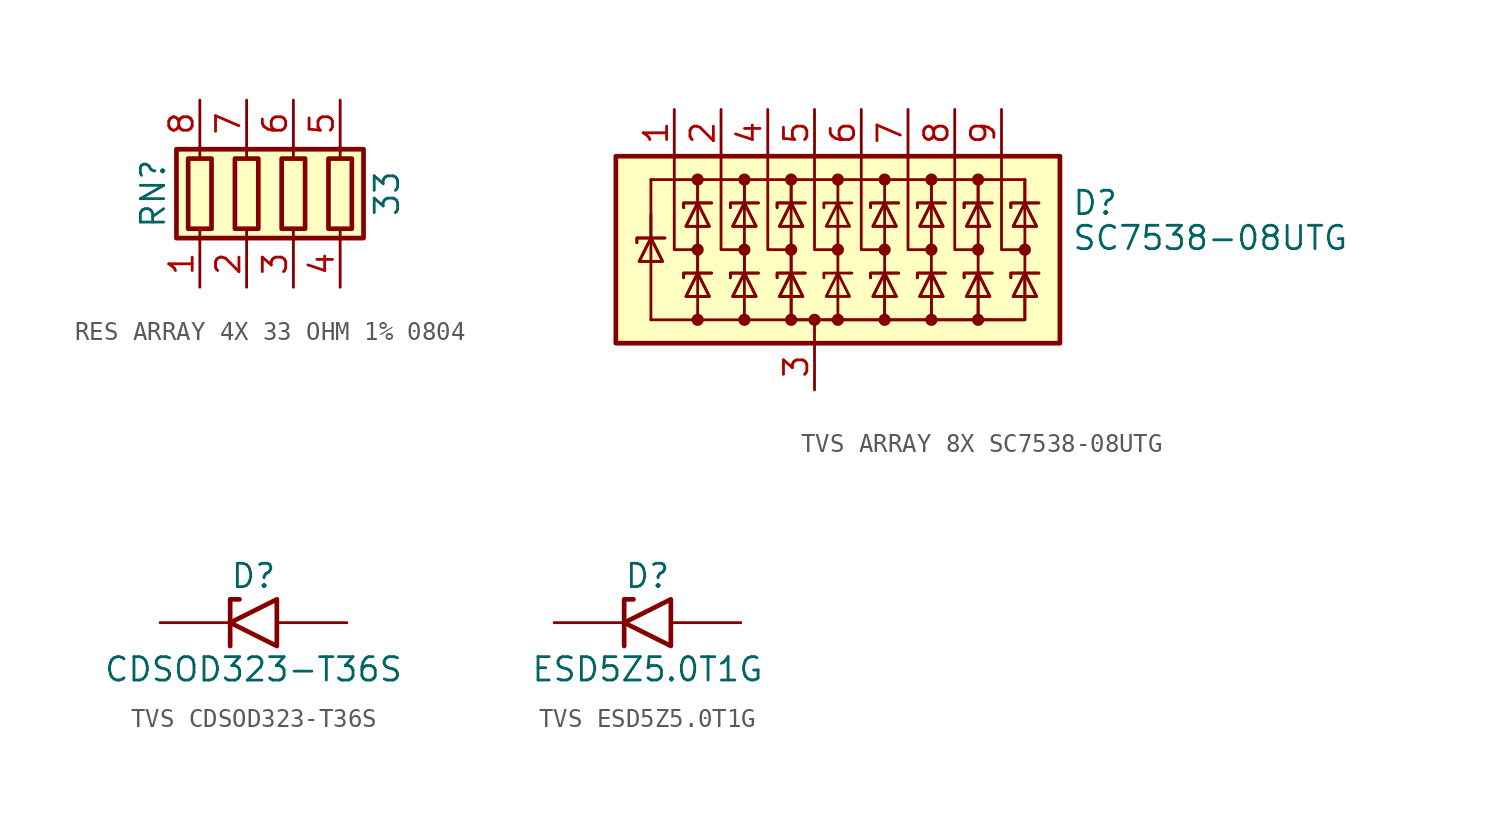
<source format=kicad_sym>
(kicad_symbol_lib
  (version 20241209)
  (generator "kicad_symbol_editor")
  (generator_version "9.0")
  (symbol "RES ARRAY 4X 33 OHM 1% 0804"
    (pin_names
      (offset 0)
      (hide yes))
    (property "Reference" "RN"
      (at -7.62 0 90)
      (effects (font (size 1.27 1.27))))
    (property "Value" "33"
      (at 5.08 0 90)
      (effects (font (size 1.27 1.27))))
    (symbol "RES ARRAY 4X 33 OHM 1% 0804_0_1"
      (rectangle (start -6.35 -2.413) (end 3.81 2.413) (stroke (width 0.254) (type default)) (fill (type background)))
      (rectangle (start -5.715 1.905) (end -4.445 -1.905) (stroke (width 0.254) (type default)) (fill (type none)))
      (polyline (pts (xy -5.08 1.905) (xy -5.08 2.54)) (stroke (width 0) (type default)) (fill (type none)))
      (polyline (pts (xy -5.08 -2.54) (xy -5.08 -1.905)) (stroke (width 0) (type default)) (fill (type none)))
      (rectangle (start -3.175 1.905) (end -1.905 -1.905) (stroke (width 0.254) (type default)) (fill (type none)))
      (polyline (pts (xy -2.54 1.905) (xy -2.54 2.54)) (stroke (width 0) (type default)) (fill (type none)))
      (polyline (pts (xy -2.54 -2.54) (xy -2.54 -1.905)) (stroke (width 0) (type default)) (fill (type none)))
      (rectangle (start -0.635 1.905) (end 0.635 -1.905) (stroke (width 0.254) (type default)) (fill (type none)))
      (polyline (pts (xy 0 1.905) (xy 0 2.54)) (stroke (width 0) (type default)) (fill (type none)))
      (polyline (pts (xy 0 -2.54) (xy 0 -1.905)) (stroke (width 0) (type default)) (fill (type none)))
      (rectangle (start 1.905 1.905) (end 3.175 -1.905) (stroke (width 0.254) (type default)) (fill (type none)))
      (polyline (pts (xy 2.54 1.905) (xy 2.54 2.54)) (stroke (width 0) (type default)) (fill (type none)))
      (polyline (pts (xy 2.54 -2.54) (xy 2.54 -1.905)) (stroke (width 0) (type default)) (fill (type none))))
    (symbol "RES ARRAY 4X 33 OHM 1% 0804_1_1"
      (pin passive line (at -5.08 5.08 270) (length 2.54) (name "R1.2" (effects (font (size 1.27 1.27)))) (number "8" (effects (font (size 1.27 1.27)))))
      (pin passive line (at -5.08 -5.08 90) (length 2.54) (name "R1.1" (effects (font (size 1.27 1.27)))) (number "1" (effects (font (size 1.27 1.27)))))
      (pin passive line (at -2.54 5.08 270) (length 2.54) (name "R2.2" (effects (font (size 1.27 1.27)))) (number "7" (effects (font (size 1.27 1.27)))))
      (pin passive line (at -2.54 -5.08 90) (length 2.54) (name "R2.1" (effects (font (size 1.27 1.27)))) (number "2" (effects (font (size 1.27 1.27)))))
      (pin passive line (at 0 5.08 270) (length 2.54) (name "R3.2" (effects (font (size 1.27 1.27)))) (number "6" (effects (font (size 1.27 1.27)))))
      (pin passive line (at 0 -5.08 90) (length 2.54) (name "R3.1" (effects (font (size 1.27 1.27)))) (number "3" (effects (font (size 1.27 1.27)))))
      (pin passive line (at 2.54 5.08 270) (length 2.54) (name "R4.2" (effects (font (size 1.27 1.27)))) (number "5" (effects (font (size 1.27 1.27)))))
      (pin passive line (at 2.54 -5.08 90) (length 2.54) (name "R4.1" (effects (font (size 1.27 1.27)))) (number "4" (effects (font (size 1.27 1.27)))))))
  (symbol "TVS ARRAY 8X SC7538-08UTG"
    (pin_names
      (hide yes))
    (property "Reference" "D"
      (at 13.97 2.54 0)
      (effects (font (size 1.27 1.27)) (justify left)))
    (property "Value" "SC7538-08UTG"
      (at 13.97 0.635 0)
      (effects (font (size 1.27 1.27)) (justify left)))
    (symbol "TVS ARRAY 8X SC7538-08UTG_0_0"
      (pin passive line (at 0 -7.62 90) (length 2.54) (name "A" (effects (font (size 1.27 1.27)))) (number "3" (effects (font (size 1.27 1.27))))))
    (symbol "TVS ARRAY 8X SC7538-08UTG_0_1"
      (rectangle (start -10.795 5.08) (end 13.335 -5.08) (stroke (width 0.254) (type default)) (fill (type background)))
      (polyline (pts (xy -9.652 0.381) (xy -9.652 0.635) (xy -8.255 0.635) (xy -8.128 0.635)) (stroke (width 0) (type default)) (fill (type none)))
      (polyline (pts (xy -9.652 0.381) (xy -9.652 0.635) (xy -8.255 0.635) (xy -8.128 0.635)) (stroke (width 0) (type default)) (fill (type none)))
      (polyline (pts (xy -8.89 3.81) (xy -8.89 0.635)) (stroke (width 0) (type default)) (fill (type none)))
      (polyline (pts (xy -8.89 1.905) (xy -8.89 0.635)) (stroke (width 0) (type default)) (fill (type none)))
      (polyline (pts (xy -8.89 0.635) (xy -8.89 -3.81)) (stroke (width 0) (type default)) (fill (type none)))
      (polyline (pts (xy -8.89 0.635) (xy -8.255 -0.635) (xy -9.525 -0.635) (xy -8.89 0.635)) (stroke (width 0) (type default)) (fill (type none)))
      (polyline (pts (xy -8.89 0.635) (xy -8.255 -0.635) (xy -9.525 -0.635) (xy -8.89 0.635)) (stroke (width 0) (type default)) (fill (type none)))
      (polyline (pts (xy -7.62 5.08) (xy -7.62 0) (xy -6.35 0)) (stroke (width 0) (type default)) (fill (type none)))
      (polyline (pts (xy -7.112 2.286) (xy -7.112 2.54) (xy -5.715 2.54) (xy -5.588 2.54)) (stroke (width 0) (type default)) (fill (type none)))
      (polyline (pts (xy -7.112 2.286) (xy -7.112 2.54) (xy -5.715 2.54) (xy -5.588 2.54)) (stroke (width 0) (type default)) (fill (type none)))
      (polyline (pts (xy -7.112 -1.524) (xy -7.112 -1.27) (xy -5.715 -1.27) (xy -5.588 -1.27)) (stroke (width 0) (type default)) (fill (type none)))
      (polyline (pts (xy -7.112 -1.524) (xy -7.112 -1.27) (xy -5.715 -1.27) (xy -5.588 -1.27)) (stroke (width 0) (type default)) (fill (type none)))
      (circle (center -6.35 3.81) (radius 0.254) (stroke (width 0) (type default)) (fill (type outline)))
      (polyline (pts (xy -6.35 3.81) (xy -6.35 2.54)) (stroke (width 0) (type default)) (fill (type none)))
      (polyline (pts (xy -6.35 3.81) (xy -6.35 2.54)) (stroke (width 0) (type default)) (fill (type none)))
      (polyline (pts (xy -6.35 2.54) (xy -6.35 -1.27)) (stroke (width 0) (type default)) (fill (type none)))
      (polyline (pts (xy -6.35 2.54) (xy -5.715 1.27) (xy -6.985 1.27) (xy -6.35 2.54)) (stroke (width 0) (type default)) (fill (type none)))
      (polyline (pts (xy -6.35 2.54) (xy -5.715 1.27) (xy -6.985 1.27) (xy -6.35 2.54)) (stroke (width 0) (type default)) (fill (type none)))
      (circle (center -6.35 0) (radius 0.254) (stroke (width 0) (type default)) (fill (type outline)))
      (polyline (pts (xy -6.35 0) (xy -6.35 -1.27)) (stroke (width 0) (type default)) (fill (type none)))
      (polyline (pts (xy -6.35 -1.27) (xy -6.35 -3.81) (xy -3.81 -3.81)) (stroke (width 0) (type default)) (fill (type none)))
      (polyline (pts (xy -6.35 -1.27) (xy -5.715 -2.54) (xy -6.985 -2.54) (xy -6.35 -1.27)) (stroke (width 0) (type default)) (fill (type none)))
      (polyline (pts (xy -6.35 -1.27) (xy -5.715 -2.54) (xy -6.985 -2.54) (xy -6.35 -1.27)) (stroke (width 0) (type default)) (fill (type none)))
      (circle (center -6.35 -3.81) (radius 0.254) (stroke (width 0) (type default)) (fill (type outline)))
      (polyline (pts (xy -6.35 -3.81) (xy -8.89 -3.81)) (stroke (width 0) (type default)) (fill (type none)))
      (polyline (pts (xy -5.08 5.08) (xy -5.08 0) (xy -3.81 0)) (stroke (width 0) (type default)) (fill (type none)))
      (polyline (pts (xy -4.572 2.286) (xy -4.572 2.54) (xy -3.175 2.54) (xy -3.048 2.54)) (stroke (width 0) (type default)) (fill (type none)))
      (polyline (pts (xy -4.572 2.286) (xy -4.572 2.54) (xy -3.175 2.54) (xy -3.048 2.54)) (stroke (width 0) (type default)) (fill (type none)))
      (polyline (pts (xy -4.572 -1.524) (xy -4.572 -1.27) (xy -3.175 -1.27) (xy -3.048 -1.27)) (stroke (width 0) (type default)) (fill (type none)))
      (polyline (pts (xy -4.572 -1.524) (xy -4.572 -1.27) (xy -3.175 -1.27) (xy -3.048 -1.27)) (stroke (width 0) (type default)) (fill (type none)))
      (circle (center -3.81 3.81) (radius 0.254) (stroke (width 0) (type default)) (fill (type outline)))
      (polyline (pts (xy -3.81 3.81) (xy -3.81 2.54)) (stroke (width 0) (type default)) (fill (type none)))
      (polyline (pts (xy -3.81 3.81) (xy -3.81 2.54)) (stroke (width 0) (type default)) (fill (type none)))
      (polyline (pts (xy -3.81 2.54) (xy -3.81 -1.27)) (stroke (width 0) (type default)) (fill (type none)))
      (polyline (pts (xy -3.81 2.54) (xy -3.175 1.27) (xy -4.445 1.27) (xy -3.81 2.54)) (stroke (width 0) (type default)) (fill (type none)))
      (polyline (pts (xy -3.81 2.54) (xy -3.175 1.27) (xy -4.445 1.27) (xy -3.81 2.54)) (stroke (width 0) (type default)) (fill (type none)))
      (circle (center -3.81 0) (radius 0.254) (stroke (width 0) (type default)) (fill (type outline)))
      (polyline (pts (xy -3.81 0) (xy -3.81 -1.27)) (stroke (width 0) (type default)) (fill (type none)))
      (polyline (pts (xy -3.81 -1.27) (xy -3.81 -3.81) (xy -1.27 -3.81)) (stroke (width 0) (type default)) (fill (type none)))
      (polyline (pts (xy -3.81 -1.27) (xy -3.175 -2.54) (xy -4.445 -2.54) (xy -3.81 -1.27)) (stroke (width 0) (type default)) (fill (type none)))
      (polyline (pts (xy -3.81 -1.27) (xy -3.175 -2.54) (xy -4.445 -2.54) (xy -3.81 -1.27)) (stroke (width 0) (type default)) (fill (type none)))
      (circle (center -3.81 -3.81) (radius 0.254) (stroke (width 0) (type default)) (fill (type outline)))
      (polyline (pts (xy -2.54 5.08) (xy -2.54 0) (xy -1.27 0)) (stroke (width 0) (type default)) (fill (type none)))
      (polyline (pts (xy -2.032 2.286) (xy -2.032 2.54) (xy -0.635 2.54) (xy -0.508 2.54)) (stroke (width 0) (type default)) (fill (type none)))
      (polyline (pts (xy -2.032 2.286) (xy -2.032 2.54) (xy -0.635 2.54) (xy -0.508 2.54)) (stroke (width 0) (type default)) (fill (type none)))
      (polyline (pts (xy -2.032 -1.524) (xy -2.032 -1.27) (xy -0.635 -1.27) (xy -0.508 -1.27)) (stroke (width 0) (type default)) (fill (type none)))
      (polyline (pts (xy -2.032 -1.524) (xy -2.032 -1.27) (xy -0.635 -1.27) (xy -0.508 -1.27)) (stroke (width 0) (type default)) (fill (type none)))
      (circle (center -1.27 3.81) (radius 0.254) (stroke (width 0) (type default)) (fill (type outline)))
      (polyline (pts (xy -1.27 3.81) (xy -1.27 2.54)) (stroke (width 0) (type default)) (fill (type none)))
      (polyline (pts (xy -1.27 3.81) (xy -1.27 2.54)) (stroke (width 0) (type default)) (fill (type none)))
      (polyline (pts (xy -1.27 2.54) (xy -1.27 -1.27)) (stroke (width 0) (type default)) (fill (type none)))
      (polyline (pts (xy -1.27 2.54) (xy -0.635 1.27) (xy -1.905 1.27) (xy -1.27 2.54)) (stroke (width 0) (type default)) (fill (type none)))
      (polyline (pts (xy -1.27 2.54) (xy -0.635 1.27) (xy -1.905 1.27) (xy -1.27 2.54)) (stroke (width 0) (type default)) (fill (type none)))
      (circle (center -1.27 0) (radius 0.254) (stroke (width 0) (type default)) (fill (type outline)))
      (polyline (pts (xy -1.27 0) (xy -1.27 -1.27)) (stroke (width 0) (type default)) (fill (type none)))
      (polyline (pts (xy -1.27 -1.27) (xy -1.27 -3.81) (xy 3.81 -3.81) (xy 3.81 -1.27)) (stroke (width 0) (type default)) (fill (type none)))
      (polyline (pts (xy -1.27 -1.27) (xy -1.27 -3.81) (xy 3.81 -3.81) (xy 3.81 -1.27)) (stroke (width 0) (type default)) (fill (type none)))
      (polyline (pts (xy -1.27 -1.27) (xy -0.635 -2.54) (xy -1.905 -2.54) (xy -1.27 -1.27)) (stroke (width 0) (type default)) (fill (type none)))
      (polyline (pts (xy -1.27 -1.27) (xy -0.635 -2.54) (xy -1.905 -2.54) (xy -1.27 -1.27)) (stroke (width 0) (type default)) (fill (type none)))
      (circle (center -1.27 -3.81) (radius 0.254) (stroke (width 0) (type default)) (fill (type outline)))
      (polyline (pts (xy 0 5.08) (xy 0 0) (xy 1.27 0)) (stroke (width 0) (type default)) (fill (type none)))
      (circle (center 0 -3.81) (radius 0.254) (stroke (width 0) (type default)) (fill (type outline)))
      (polyline (pts (xy 0 -5.08) (xy 0 -3.81)) (stroke (width 0) (type default)) (fill (type none)))
      (polyline (pts (xy 1.27 3.81) (xy 1.27 2.54)) (stroke (width 0) (type default)) (fill (type none)))
      (circle (center 1.27 3.81) (radius 0.254) (stroke (width 0) (type default)) (fill (type outline)))
      (circle (center 1.27 0) (radius 0.254) (stroke (width 0) (type default)) (fill (type outline)))
      (polyline (pts (xy 1.27 -3.81) (xy 1.27 2.54)) (stroke (width 0) (type default)) (fill (type none)))
      (circle (center 1.27 -3.81) (radius 0.254) (stroke (width 0) (type default)) (fill (type outline)))
      (polyline (pts (xy 1.905 2.54) (xy 2.032 2.54)) (stroke (width 0) (type default)) (fill (type none)))
      (polyline (pts (xy 1.905 2.54) (xy 0.508 2.54) (xy 0.508 2.286)) (stroke (width 0) (type default)) (fill (type none)))
      (polyline (pts (xy 1.905 1.27) (xy 0.635 1.27) (xy 1.27 2.54) (xy 1.905 1.27)) (stroke (width 0) (type default)) (fill (type none)))
      (polyline (pts (xy 1.905 -1.27) (xy 2.032 -1.27)) (stroke (width 0) (type default)) (fill (type none)))
      (polyline (pts (xy 1.905 -1.27) (xy 0.508 -1.27) (xy 0.508 -1.524)) (stroke (width 0) (type default)) (fill (type none)))
      (polyline (pts (xy 1.905 -2.54) (xy 0.635 -2.54) (xy 1.27 -1.27) (xy 1.905 -2.54)) (stroke (width 0) (type default)) (fill (type none)))
      (polyline (pts (xy 2.54 5.08) (xy 2.54 0) (xy 3.81 0)) (stroke (width 0) (type default)) (fill (type none)))
      (polyline (pts (xy 3.048 2.286) (xy 3.048 2.54) (xy 4.445 2.54) (xy 4.572 2.54)) (stroke (width 0) (type default)) (fill (type none)))
      (polyline (pts (xy 3.048 2.286) (xy 3.048 2.54) (xy 4.445 2.54) (xy 4.572 2.54)) (stroke (width 0) (type default)) (fill (type none)))
      (polyline (pts (xy 3.048 -1.524) (xy 3.048 -1.27) (xy 4.445 -1.27) (xy 4.572 -1.27)) (stroke (width 0) (type default)) (fill (type none)))
      (polyline (pts (xy 3.048 -1.524) (xy 3.048 -1.27) (xy 4.445 -1.27) (xy 4.572 -1.27)) (stroke (width 0) (type default)) (fill (type none)))
      (polyline (pts (xy 3.81 3.81) (xy 3.81 2.54)) (stroke (width 0) (type default)) (fill (type none)))
      (circle (center 3.81 3.81) (radius 0.254) (stroke (width 0) (type default)) (fill (type outline)))
      (polyline (pts (xy 3.81 2.54) (xy 3.81 -1.27)) (stroke (width 0) (type default)) (fill (type none)))
      (polyline (pts (xy 3.81 2.54) (xy 3.175 1.27) (xy 4.445 1.27) (xy 3.81 2.54)) (stroke (width 0) (type default)) (fill (type none)))
      (polyline (pts (xy 3.81 2.54) (xy 3.175 1.27) (xy 4.445 1.27) (xy 3.81 2.54)) (stroke (width 0) (type default)) (fill (type none)))
      (circle (center 3.81 0) (radius 0.254) (stroke (width 0) (type default)) (fill (type outline)))
      (polyline (pts (xy 3.81 -1.27) (xy 3.175 -2.54) (xy 4.445 -2.54) (xy 3.81 -1.27)) (stroke (width 0) (type default)) (fill (type none)))
      (polyline (pts (xy 3.81 -1.27) (xy 3.175 -2.54) (xy 4.445 -2.54) (xy 3.81 -1.27)) (stroke (width 0) (type default)) (fill (type none)))
      (circle (center 3.81 -3.81) (radius 0.254) (stroke (width 0) (type default)) (fill (type outline)))
      (polyline (pts (xy 5.08 5.08) (xy 5.08 0) (xy 6.35 0)) (stroke (width 0) (type default)) (fill (type none)))
      (polyline (pts (xy 5.588 2.286) (xy 5.588 2.54) (xy 6.985 2.54) (xy 7.112 2.54)) (stroke (width 0) (type default)) (fill (type none)))
      (polyline (pts (xy 5.588 2.286) (xy 5.588 2.54) (xy 6.985 2.54) (xy 7.112 2.54)) (stroke (width 0) (type default)) (fill (type none)))
      (polyline (pts (xy 5.588 -1.524) (xy 5.588 -1.27) (xy 6.985 -1.27) (xy 7.112 -1.27)) (stroke (width 0) (type default)) (fill (type none)))
      (polyline (pts (xy 5.588 -1.524) (xy 5.588 -1.27) (xy 6.985 -1.27) (xy 7.112 -1.27)) (stroke (width 0) (type default)) (fill (type none)))
      (polyline (pts (xy 6.35 3.81) (xy 6.35 2.54)) (stroke (width 0) (type default)) (fill (type none)))
      (polyline (pts (xy 6.35 3.81) (xy 6.35 2.54)) (stroke (width 0) (type default)) (fill (type none)))
      (circle (center 6.35 3.81) (radius 0.254) (stroke (width 0) (type default)) (fill (type outline)))
      (polyline (pts (xy 6.35 2.54) (xy 6.35 -1.27)) (stroke (width 0) (type default)) (fill (type none)))
      (polyline (pts (xy 6.35 2.54) (xy 5.715 1.27) (xy 6.985 1.27) (xy 6.35 2.54)) (stroke (width 0) (type default)) (fill (type none)))
      (polyline (pts (xy 6.35 2.54) (xy 5.715 1.27) (xy 6.985 1.27) (xy 6.35 2.54)) (stroke (width 0) (type default)) (fill (type none)))
      (circle (center 6.35 0) (radius 0.254) (stroke (width 0) (type default)) (fill (type outline)))
      (polyline (pts (xy 6.35 -1.27) (xy 6.35 -3.81) (xy 3.81 -3.81)) (stroke (width 0) (type default)) (fill (type none)))
      (polyline (pts (xy 6.35 -1.27) (xy 6.35 -3.81) (xy 3.81 -3.81)) (stroke (width 0) (type default)) (fill (type none)))
      (polyline (pts (xy 6.35 -1.27) (xy 5.715 -2.54) (xy 6.985 -2.54) (xy 6.35 -1.27)) (stroke (width 0) (type default)) (fill (type none)))
      (polyline (pts (xy 6.35 -1.27) (xy 5.715 -2.54) (xy 6.985 -2.54) (xy 6.35 -1.27)) (stroke (width 0) (type default)) (fill (type none)))
      (circle (center 6.35 -3.81) (radius 0.254) (stroke (width 0) (type default)) (fill (type outline)))
      (polyline (pts (xy 7.62 5.08) (xy 7.62 0) (xy 8.89 0)) (stroke (width 0) (type default)) (fill (type none)))
      (polyline (pts (xy 8.128 2.286) (xy 8.128 2.54) (xy 9.525 2.54) (xy 9.652 2.54)) (stroke (width 0) (type default)) (fill (type none)))
      (polyline (pts (xy 8.128 2.286) (xy 8.128 2.54) (xy 9.525 2.54) (xy 9.652 2.54)) (stroke (width 0) (type default)) (fill (type none)))
      (polyline (pts (xy 8.128 -1.524) (xy 8.128 -1.27) (xy 9.525 -1.27) (xy 9.652 -1.27)) (stroke (width 0) (type default)) (fill (type none)))
      (polyline (pts (xy 8.128 -1.524) (xy 8.128 -1.27) (xy 9.525 -1.27) (xy 9.652 -1.27)) (stroke (width 0) (type default)) (fill (type none)))
      (polyline (pts (xy 8.89 3.81) (xy 8.89 2.54)) (stroke (width 0) (type default)) (fill (type none)))
      (polyline (pts (xy 8.89 3.81) (xy 8.89 2.54)) (stroke (width 0) (type default)) (fill (type none)))
      (circle (center 8.89 3.81) (radius 0.254) (stroke (width 0) (type default)) (fill (type outline)))
      (polyline (pts (xy 8.89 2.54) (xy 8.89 -1.27)) (stroke (width 0) (type default)) (fill (type none)))
      (polyline (pts (xy 8.89 2.54) (xy 8.255 1.27) (xy 9.525 1.27) (xy 8.89 2.54)) (stroke (width 0) (type default)) (fill (type none)))
      (polyline (pts (xy 8.89 2.54) (xy 8.255 1.27) (xy 9.525 1.27) (xy 8.89 2.54)) (stroke (width 0) (type default)) (fill (type none)))
      (circle (center 8.89 0) (radius 0.254) (stroke (width 0) (type default)) (fill (type outline)))
      (polyline (pts (xy 8.89 -1.27) (xy 8.89 -3.81) (xy 6.35 -3.81)) (stroke (width 0) (type default)) (fill (type none)))
      (polyline (pts (xy 8.89 -1.27) (xy 8.89 -3.81) (xy 6.35 -3.81)) (stroke (width 0) (type default)) (fill (type none)))
      (polyline (pts (xy 8.89 -1.27) (xy 8.255 -2.54) (xy 9.525 -2.54) (xy 8.89 -1.27)) (stroke (width 0) (type default)) (fill (type none)))
      (polyline (pts (xy 8.89 -1.27) (xy 8.255 -2.54) (xy 9.525 -2.54) (xy 8.89 -1.27)) (stroke (width 0) (type default)) (fill (type none)))
      (circle (center 8.89 -3.81) (radius 0.254) (stroke (width 0) (type default)) (fill (type outline)))
      (polyline (pts (xy 10.16 5.08) (xy 10.16 0) (xy 11.43 0)) (stroke (width 0) (type default)) (fill (type none)))
      (polyline (pts (xy 10.668 2.286) (xy 10.668 2.54) (xy 12.065 2.54) (xy 12.192 2.54)) (stroke (width 0) (type default)) (fill (type none)))
      (polyline (pts (xy 10.668 2.286) (xy 10.668 2.54) (xy 12.065 2.54) (xy 12.192 2.54)) (stroke (width 0) (type default)) (fill (type none)))
      (polyline (pts (xy 10.668 -1.524) (xy 10.668 -1.27) (xy 12.065 -1.27) (xy 12.192 -1.27)) (stroke (width 0) (type default)) (fill (type none)))
      (polyline (pts (xy 10.668 -1.524) (xy 10.668 -1.27) (xy 12.065 -1.27) (xy 12.192 -1.27)) (stroke (width 0) (type default)) (fill (type none)))
      (polyline (pts (xy 11.43 3.81) (xy -8.89 3.81)) (stroke (width 0) (type default)) (fill (type none)))
      (polyline (pts (xy 11.43 3.81) (xy 11.43 2.54)) (stroke (width 0) (type default)) (fill (type none)))
      (polyline (pts (xy 11.43 3.81) (xy 11.43 2.54)) (stroke (width 0) (type default)) (fill (type none)))
      (polyline (pts (xy 11.43 2.54) (xy 11.43 -1.27)) (stroke (width 0) (type default)) (fill (type none)))
      (polyline (pts (xy 11.43 2.54) (xy 10.795 1.27) (xy 12.065 1.27) (xy 11.43 2.54)) (stroke (width 0) (type default)) (fill (type none)))
      (polyline (pts (xy 11.43 2.54) (xy 10.795 1.27) (xy 12.065 1.27) (xy 11.43 2.54)) (stroke (width 0) (type default)) (fill (type none)))
      (circle (center 11.43 0) (radius 0.254) (stroke (width 0) (type default)) (fill (type outline)))
      (polyline (pts (xy 11.43 -1.27) (xy 11.43 -3.81) (xy 8.89 -3.81)) (stroke (width 0) (type default)) (fill (type none)))
      (polyline (pts (xy 11.43 -1.27) (xy 11.43 -3.81) (xy 8.89 -3.81)) (stroke (width 0) (type default)) (fill (type none)))
      (polyline (pts (xy 11.43 -1.27) (xy 10.795 -2.54) (xy 12.065 -2.54) (xy 11.43 -1.27)) (stroke (width 0) (type default)) (fill (type none)))
      (polyline (pts (xy 11.43 -1.27) (xy 10.795 -2.54) (xy 12.065 -2.54) (xy 11.43 -1.27)) (stroke (width 0) (type default)) (fill (type none))))
    (symbol "TVS ARRAY 8X SC7538-08UTG_1_1"
      (pin passive line (at -7.62 7.62 270) (length 2.54) (name "K1" (effects (font (size 1.27 1.27)))) (number "1" (effects (font (size 1.27 1.27)))))
      (pin passive line (at -5.08 7.62 270) (length 2.54) (name "K2" (effects (font (size 1.27 1.27)))) (number "2" (effects (font (size 1.27 1.27)))))
      (pin passive line (at -2.54 7.62 270) (length 2.54) (name "K3" (effects (font (size 1.27 1.27)))) (number "4" (effects (font (size 1.27 1.27)))))
      (pin passive line (at 0 7.62 270) (length 2.54) (name "K4" (effects (font (size 1.27 1.27)))) (number "5" (effects (font (size 1.27 1.27)))))
      (pin passive line (at 2.54 7.62 270) (length 2.54) (name "K5" (effects (font (size 1.27 1.27)))) (number "6" (effects (font (size 1.27 1.27)))))
      (pin passive line (at 5.08 7.62 270) (length 2.54) (name "K6" (effects (font (size 1.27 1.27)))) (number "7" (effects (font (size 1.27 1.27)))))
      (pin passive line (at 7.62 7.62 270) (length 2.54) (name "K7" (effects (font (size 1.27 1.27)))) (number "8" (effects (font (size 1.27 1.27)))))
      (pin passive line (at 10.16 7.62 270) (length 2.54) (name "K8" (effects (font (size 1.27 1.27)))) (number "9" (effects (font (size 1.27 1.27)))))))
  (symbol "TVS CDSOD323-T36S"
    (pin_numbers
      (hide yes))
    (pin_names
      (offset 1.016)
      (hide yes))
    (property "Reference" "D"
      (at 0 2.54 0)
      (effects (font (size 1.27 1.27))))
    (property "Value" "CDSOD323-T36S"
      (at 0 -2.54 0)
      (effects (font (size 1.27 1.27))))
    (symbol "TVS CDSOD323-T36S_0_1"
      (polyline (pts (xy -1.27 -1.27) (xy -1.27 1.27) (xy -0.762 1.27)) (stroke (width 0.254) (type default)) (fill (type none)))
      (polyline (pts (xy 1.27 -1.27) (xy 1.27 1.27) (xy -1.27 0) (xy 1.27 -1.27)) (stroke (width 0.254) (type default)) (fill (type none))))
    (symbol "TVS CDSOD323-T36S_1_1"
      (pin passive line (at -5.08 0 0) (length 3.81) (name "K" (effects (font (size 1.27 1.27)))) (number "1" (effects (font (size 1.27 1.27)))))
      (pin passive line (at 5.08 0 180) (length 3.81) (name "A" (effects (font (size 1.27 1.27)))) (number "2" (effects (font (size 1.27 1.27)))))))
  (symbol "TVS ESD5Z5.0T1G"
    (pin_numbers
      (hide yes))
    (pin_names
      (offset 1.016)
      (hide yes))
    (property "Reference" "D"
      (at 0 2.54 0)
      (effects (font (size 1.27 1.27))))
    (property "Value" "ESD5Z5.0T1G"
      (at 0 -2.54 0)
      (effects (font (size 1.27 1.27))))
    (symbol "TVS ESD5Z5.0T1G_0_1"
      (polyline (pts (xy -1.27 -1.27) (xy -1.27 1.27) (xy -0.762 1.27)) (stroke (width 0.254) (type default)) (fill (type none)))
      (polyline (pts (xy 1.27 -1.27) (xy 1.27 1.27) (xy -1.27 0) (xy 1.27 -1.27)) (stroke (width 0.254) (type default)) (fill (type none))))
    (symbol "TVS ESD5Z5.0T1G_1_1"
      (pin passive line (at -5.08 0 0) (length 3.81) (name "K" (effects (font (size 1.27 1.27)))) (number "1" (effects (font (size 1.27 1.27)))))
      (pin passive line (at 5.08 0 180) (length 3.81) (name "A" (effects (font (size 1.27 1.27)))) (number "2" (effects (font (size 1.27 1.27))))))))
</source>
